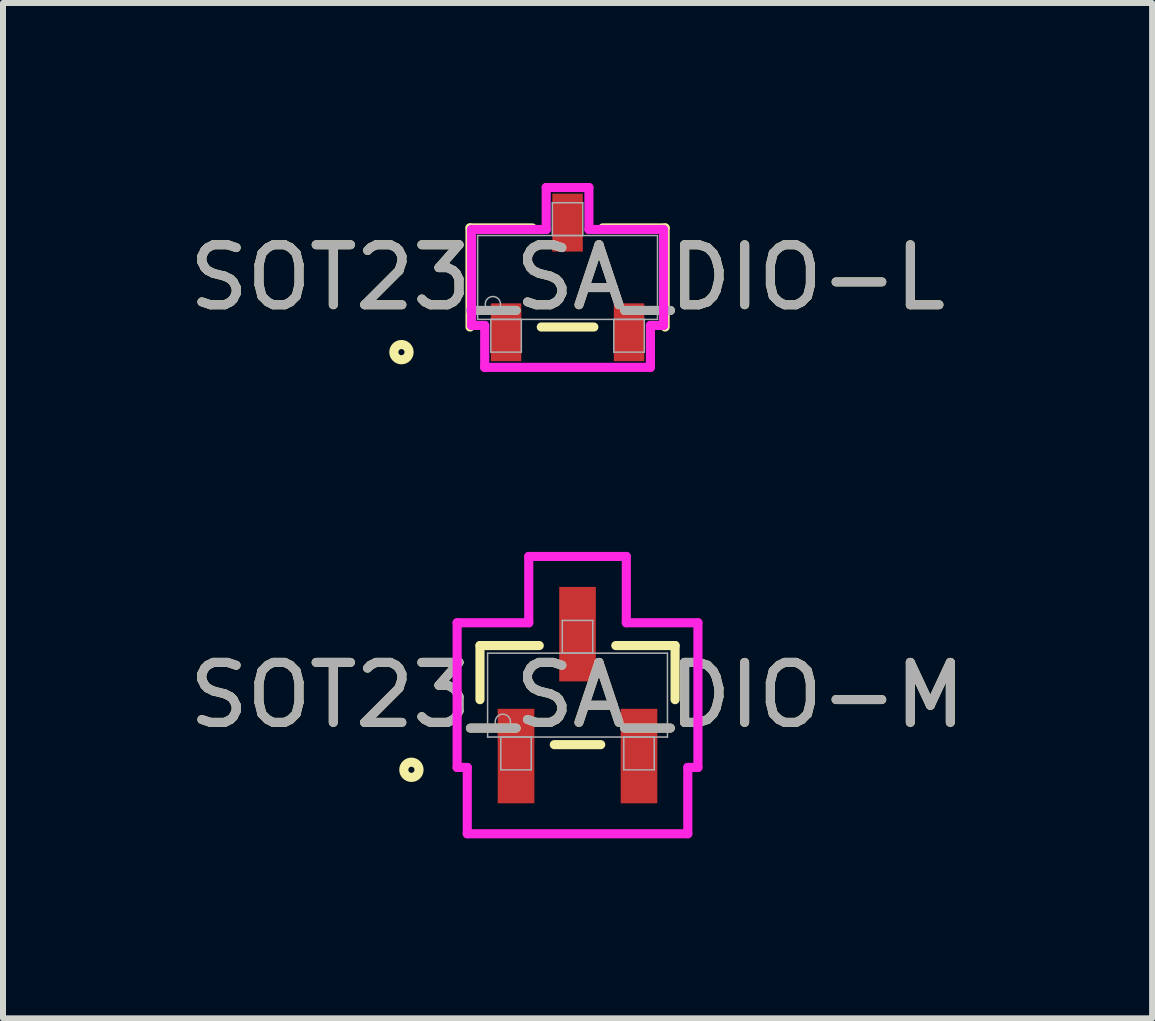
<source format=kicad_pcb>
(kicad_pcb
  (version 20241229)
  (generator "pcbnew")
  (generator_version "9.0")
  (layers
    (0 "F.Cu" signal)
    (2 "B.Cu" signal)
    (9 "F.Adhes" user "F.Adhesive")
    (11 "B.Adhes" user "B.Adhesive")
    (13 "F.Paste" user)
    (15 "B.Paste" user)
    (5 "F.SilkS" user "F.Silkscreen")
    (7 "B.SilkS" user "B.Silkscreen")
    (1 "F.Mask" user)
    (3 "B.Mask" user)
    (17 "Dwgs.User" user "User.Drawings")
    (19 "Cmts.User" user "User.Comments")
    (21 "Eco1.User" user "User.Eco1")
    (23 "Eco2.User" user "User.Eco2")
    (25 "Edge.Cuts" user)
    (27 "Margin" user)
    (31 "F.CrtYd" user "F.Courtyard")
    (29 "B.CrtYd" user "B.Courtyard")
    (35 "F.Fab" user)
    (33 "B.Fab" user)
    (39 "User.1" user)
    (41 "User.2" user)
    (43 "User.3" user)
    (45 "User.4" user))
  (footprint "SOT23_SA_DIO-L"
    (layer "F.Cu")
    (at 6.411 1.575)
    (property "Reference" "SOT23_SA_DIO-L" (at 0 0 0) (unlocked yes) (layer "F.SilkS") (effects (font (size 1 1) (thickness 0.15))))
    (attr smd)
    (fp_line (start -1.626 -0.826) (end -1.626 0.826) (stroke (width 0.152) (type solid)) (layer "F.SilkS"))
    (fp_line (start -0.587 -0.826) (end -1.626 -0.826) (stroke (width 0.152) (type solid)) (layer "F.SilkS"))
    (fp_line (start -0.438 0.826) (end 0.438 0.826) (stroke (width 0.152) (type solid)) (layer "F.SilkS"))
    (fp_line (start 1.626 -0.826) (end 0.587 -0.826) (stroke (width 0.152) (type solid)) (layer "F.SilkS"))
    (fp_line (start 1.626 0.826) (end 1.626 -0.826) (stroke (width 0.152) (type solid)) (layer "F.SilkS"))
    (fp_circle (center -2.769 1.245) (end -2.642 1.245) (stroke (width 0.152) (type solid)) (fill no) (layer "F.SilkS"))
    (fp_line (start -1.6 -0.8) (end -0.356 -0.8) (stroke (width 0.152) (type solid)) (layer "F.CrtYd"))
    (fp_line (start -1.6 0.8) (end -1.6 -0.8) (stroke (width 0.152) (type solid)) (layer "F.CrtYd"))
    (fp_line (start -1.6 0.8) (end -1.381 0.8) (stroke (width 0.152) (type solid)) (layer "F.CrtYd"))
    (fp_line (start -1.381 0.8) (end -1.381 1.499) (stroke (width 0.152) (type solid)) (layer "F.CrtYd"))
    (fp_line (start -1.381 1.499) (end 1.381 1.499) (stroke (width 0.152) (type solid)) (layer "F.CrtYd"))
    (fp_line (start -0.356 -1.499) (end 0.356 -1.499) (stroke (width 0.152) (type solid)) (layer "F.CrtYd"))
    (fp_line (start -0.356 -0.8) (end -0.356 -1.499) (stroke (width 0.152) (type solid)) (layer "F.CrtYd"))
    (fp_line (start 0.356 -0.8) (end 0.356 -1.499) (stroke (width 0.152) (type solid)) (layer "F.CrtYd"))
    (fp_line (start 1.381 0.8) (end 1.381 1.499) (stroke (width 0.152) (type solid)) (layer "F.CrtYd"))
    (fp_line (start 1.6 -0.8) (end 0.356 -0.8) (stroke (width 0.152) (type solid)) (layer "F.CrtYd"))
    (fp_line (start 1.6 -0.8) (end 1.6 0.8) (stroke (width 0.152) (type solid)) (layer "F.CrtYd"))
    (fp_line (start 1.6 0.8) (end 1.381 0.8) (stroke (width 0.152) (type solid)) (layer "F.CrtYd"))
    (fp_line (start -1.499 -0.699) (end -1.499 0.699) (stroke (width 0.025) (type solid)) (layer "F.Fab"))
    (fp_line (start -1.499 0.699) (end 1.499 0.699) (stroke (width 0.025) (type solid)) (layer "F.Fab"))
    (fp_line (start -1.279 0.699) (end -1.279 1.245) (stroke (width 0.025) (type solid)) (layer "F.Fab"))
    (fp_line (start -1.279 1.245) (end -0.771 1.245) (stroke (width 0.025) (type solid)) (layer "F.Fab"))
    (fp_line (start -0.771 0.699) (end -1.279 0.699) (stroke (width 0.025) (type solid)) (layer "F.Fab"))
    (fp_line (start -0.771 1.245) (end -0.771 0.699) (stroke (width 0.025) (type solid)) (layer "F.Fab"))
    (fp_line (start -0.254 -1.245) (end -0.254 -0.699) (stroke (width 0.025) (type solid)) (layer "F.Fab"))
    (fp_line (start -0.254 -0.699) (end 0.254 -0.699) (stroke (width 0.025) (type solid)) (layer "F.Fab"))
    (fp_line (start 0.254 -1.245) (end -0.254 -1.245) (stroke (width 0.025) (type solid)) (layer "F.Fab"))
    (fp_line (start 0.254 -0.699) (end 0.254 -1.245) (stroke (width 0.025) (type solid)) (layer "F.Fab"))
    (fp_line (start 0.771 0.699) (end 0.771 1.245) (stroke (width 0.025) (type solid)) (layer "F.Fab"))
    (fp_line (start 0.771 1.245) (end 1.279 1.245) (stroke (width 0.025) (type solid)) (layer "F.Fab"))
    (fp_line (start 1.279 0.699) (end 0.771 0.699) (stroke (width 0.025) (type solid)) (layer "F.Fab"))
    (fp_line (start 1.279 1.245) (end 1.279 0.699) (stroke (width 0.025) (type solid)) (layer "F.Fab"))
    (fp_line (start 1.499 -0.699) (end -1.499 -0.699) (stroke (width 0.025) (type solid)) (layer "F.Fab"))
    (fp_line (start 1.499 0.699) (end 1.499 -0.699) (stroke (width 0.025) (type solid)) (layer "F.Fab"))
    (fp_circle (center -1.245 0.445) (end -1.118 0.445) (stroke (width 0.025) (type solid)) (fill no) (layer "F.Fab"))
    (fp_text user "${REFERENCE}" (at 0 0 0) (unlocked yes) (layer "F.Fab") (effects (font (size 1 1) (thickness 0.15))))
    (pad "1" smd rect (at -1.025 0.914) (size 0.508 0.965) (layers "F.Cu" "F.Mask" "F.Paste"))
    (pad "2" smd rect (at 1.025 0.914) (size 0.508 0.965) (layers "F.Cu" "F.Mask" "F.Paste"))
    (pad "3" smd rect (at 0 -0.914) (size 0.508 0.965) (layers "F.Cu" "F.Mask" "F.Paste")))
  (footprint "SOT23_SA_DIO-M"
    (layer "F.Cu")
    (at 6.577 8.537)
    (property "Reference" "SOT23_SA_DIO-M" (at 0 0 0) (unlocked yes) (layer "F.SilkS") (effects (font (size 1 1) (thickness 0.15))))
    (attr smd)
    (fp_line (start -1.626 -0.826) (end -1.626 0.076) (stroke (width 0.152) (type solid)) (layer "F.SilkS"))
    (fp_line (start -0.638 -0.826) (end -1.626 -0.826) (stroke (width 0.152) (type solid)) (layer "F.SilkS"))
    (fp_line (start -0.387 0.826) (end 0.387 0.826) (stroke (width 0.152) (type solid)) (layer "F.SilkS"))
    (fp_line (start 1.626 -0.826) (end 0.638 -0.826) (stroke (width 0.152) (type solid)) (layer "F.SilkS"))
    (fp_line (start 1.626 0.076) (end 1.626 -0.826) (stroke (width 0.152) (type solid)) (layer "F.SilkS"))
    (fp_circle (center -2.769 1.245) (end -2.642 1.245) (stroke (width 0.152) (type solid)) (fill no) (layer "F.SilkS"))
    (fp_line (start -2.007 -1.206) (end -0.813 -1.206) (stroke (width 0.152) (type solid)) (layer "F.CrtYd"))
    (fp_line (start -2.007 1.206) (end -2.007 -1.206) (stroke (width 0.152) (type solid)) (layer "F.CrtYd"))
    (fp_line (start -2.007 1.206) (end -1.838 1.206) (stroke (width 0.152) (type solid)) (layer "F.CrtYd"))
    (fp_line (start -1.838 1.206) (end -1.838 2.311) (stroke (width 0.152) (type solid)) (layer "F.CrtYd"))
    (fp_line (start -1.838 2.311) (end 1.838 2.311) (stroke (width 0.152) (type solid)) (layer "F.CrtYd"))
    (fp_line (start -0.813 -2.311) (end 0.813 -2.311) (stroke (width 0.152) (type solid)) (layer "F.CrtYd"))
    (fp_line (start -0.813 -1.206) (end -0.813 -2.311) (stroke (width 0.152) (type solid)) (layer "F.CrtYd"))
    (fp_line (start 0.813 -1.206) (end 0.813 -2.311) (stroke (width 0.152) (type solid)) (layer "F.CrtYd"))
    (fp_line (start 1.838 1.206) (end 1.838 2.311) (stroke (width 0.152) (type solid)) (layer "F.CrtYd"))
    (fp_line (start 2.007 -1.206) (end 0.813 -1.206) (stroke (width 0.152) (type solid)) (layer "F.CrtYd"))
    (fp_line (start 2.007 -1.206) (end 2.007 1.206) (stroke (width 0.152) (type solid)) (layer "F.CrtYd"))
    (fp_line (start 2.007 1.206) (end 1.838 1.206) (stroke (width 0.152) (type solid)) (layer "F.CrtYd"))
    (fp_line (start -1.499 -0.699) (end -1.499 0.699) (stroke (width 0.025) (type solid)) (layer "F.Fab"))
    (fp_line (start -1.499 0.699) (end 1.499 0.699) (stroke (width 0.025) (type solid)) (layer "F.Fab"))
    (fp_line (start -1.279 0.699) (end -1.279 1.245) (stroke (width 0.025) (type solid)) (layer "F.Fab"))
    (fp_line (start -1.279 1.245) (end -0.771 1.245) (stroke (width 0.025) (type solid)) (layer "F.Fab"))
    (fp_line (start -0.771 0.699) (end -1.279 0.699) (stroke (width 0.025) (type solid)) (layer "F.Fab"))
    (fp_line (start -0.771 1.245) (end -0.771 0.699) (stroke (width 0.025) (type solid)) (layer "F.Fab"))
    (fp_line (start -0.254 -1.245) (end -0.254 -0.699) (stroke (width 0.025) (type solid)) (layer "F.Fab"))
    (fp_line (start -0.254 -0.699) (end 0.254 -0.699) (stroke (width 0.025) (type solid)) (layer "F.Fab"))
    (fp_line (start 0.254 -1.245) (end -0.254 -1.245) (stroke (width 0.025) (type solid)) (layer "F.Fab"))
    (fp_line (start 0.254 -0.699) (end 0.254 -1.245) (stroke (width 0.025) (type solid)) (layer "F.Fab"))
    (fp_line (start 0.771 0.699) (end 0.771 1.245) (stroke (width 0.025) (type solid)) (layer "F.Fab"))
    (fp_line (start 0.771 1.245) (end 1.279 1.245) (stroke (width 0.025) (type solid)) (layer "F.Fab"))
    (fp_line (start 1.279 0.699) (end 0.771 0.699) (stroke (width 0.025) (type solid)) (layer "F.Fab"))
    (fp_line (start 1.279 1.245) (end 1.279 0.699) (stroke (width 0.025) (type solid)) (layer "F.Fab"))
    (fp_line (start 1.499 -0.699) (end -1.499 -0.699) (stroke (width 0.025) (type solid)) (layer "F.Fab"))
    (fp_line (start 1.499 0.699) (end 1.499 -0.699) (stroke (width 0.025) (type solid)) (layer "F.Fab"))
    (fp_circle (center -1.245 0.445) (end -1.118 0.445) (stroke (width 0.025) (type solid)) (fill no) (layer "F.Fab"))
    (fp_text user "${REFERENCE}" (at 0 0 0) (unlocked yes) (layer "F.Fab") (effects (font (size 1 1) (thickness 0.15))))
    (pad "1" smd rect (at -1.025 1.016) (size 0.61 1.575) (layers "F.Cu" "F.Mask" "F.Paste"))
    (pad "2" smd rect (at 1.025 1.016) (size 0.61 1.575) (layers "F.Cu" "F.Mask" "F.Paste"))
    (pad "3" smd rect (at 0 -1.016) (size 0.61 1.575) (layers "F.Cu" "F.Mask" "F.Paste")))
  (gr_rect
    (start -3 -3)
    (end 16.155 13.925)
    (stroke (width 0.1) (type default))
    (fill no)
    (layer "Edge.Cuts")))
</source>
